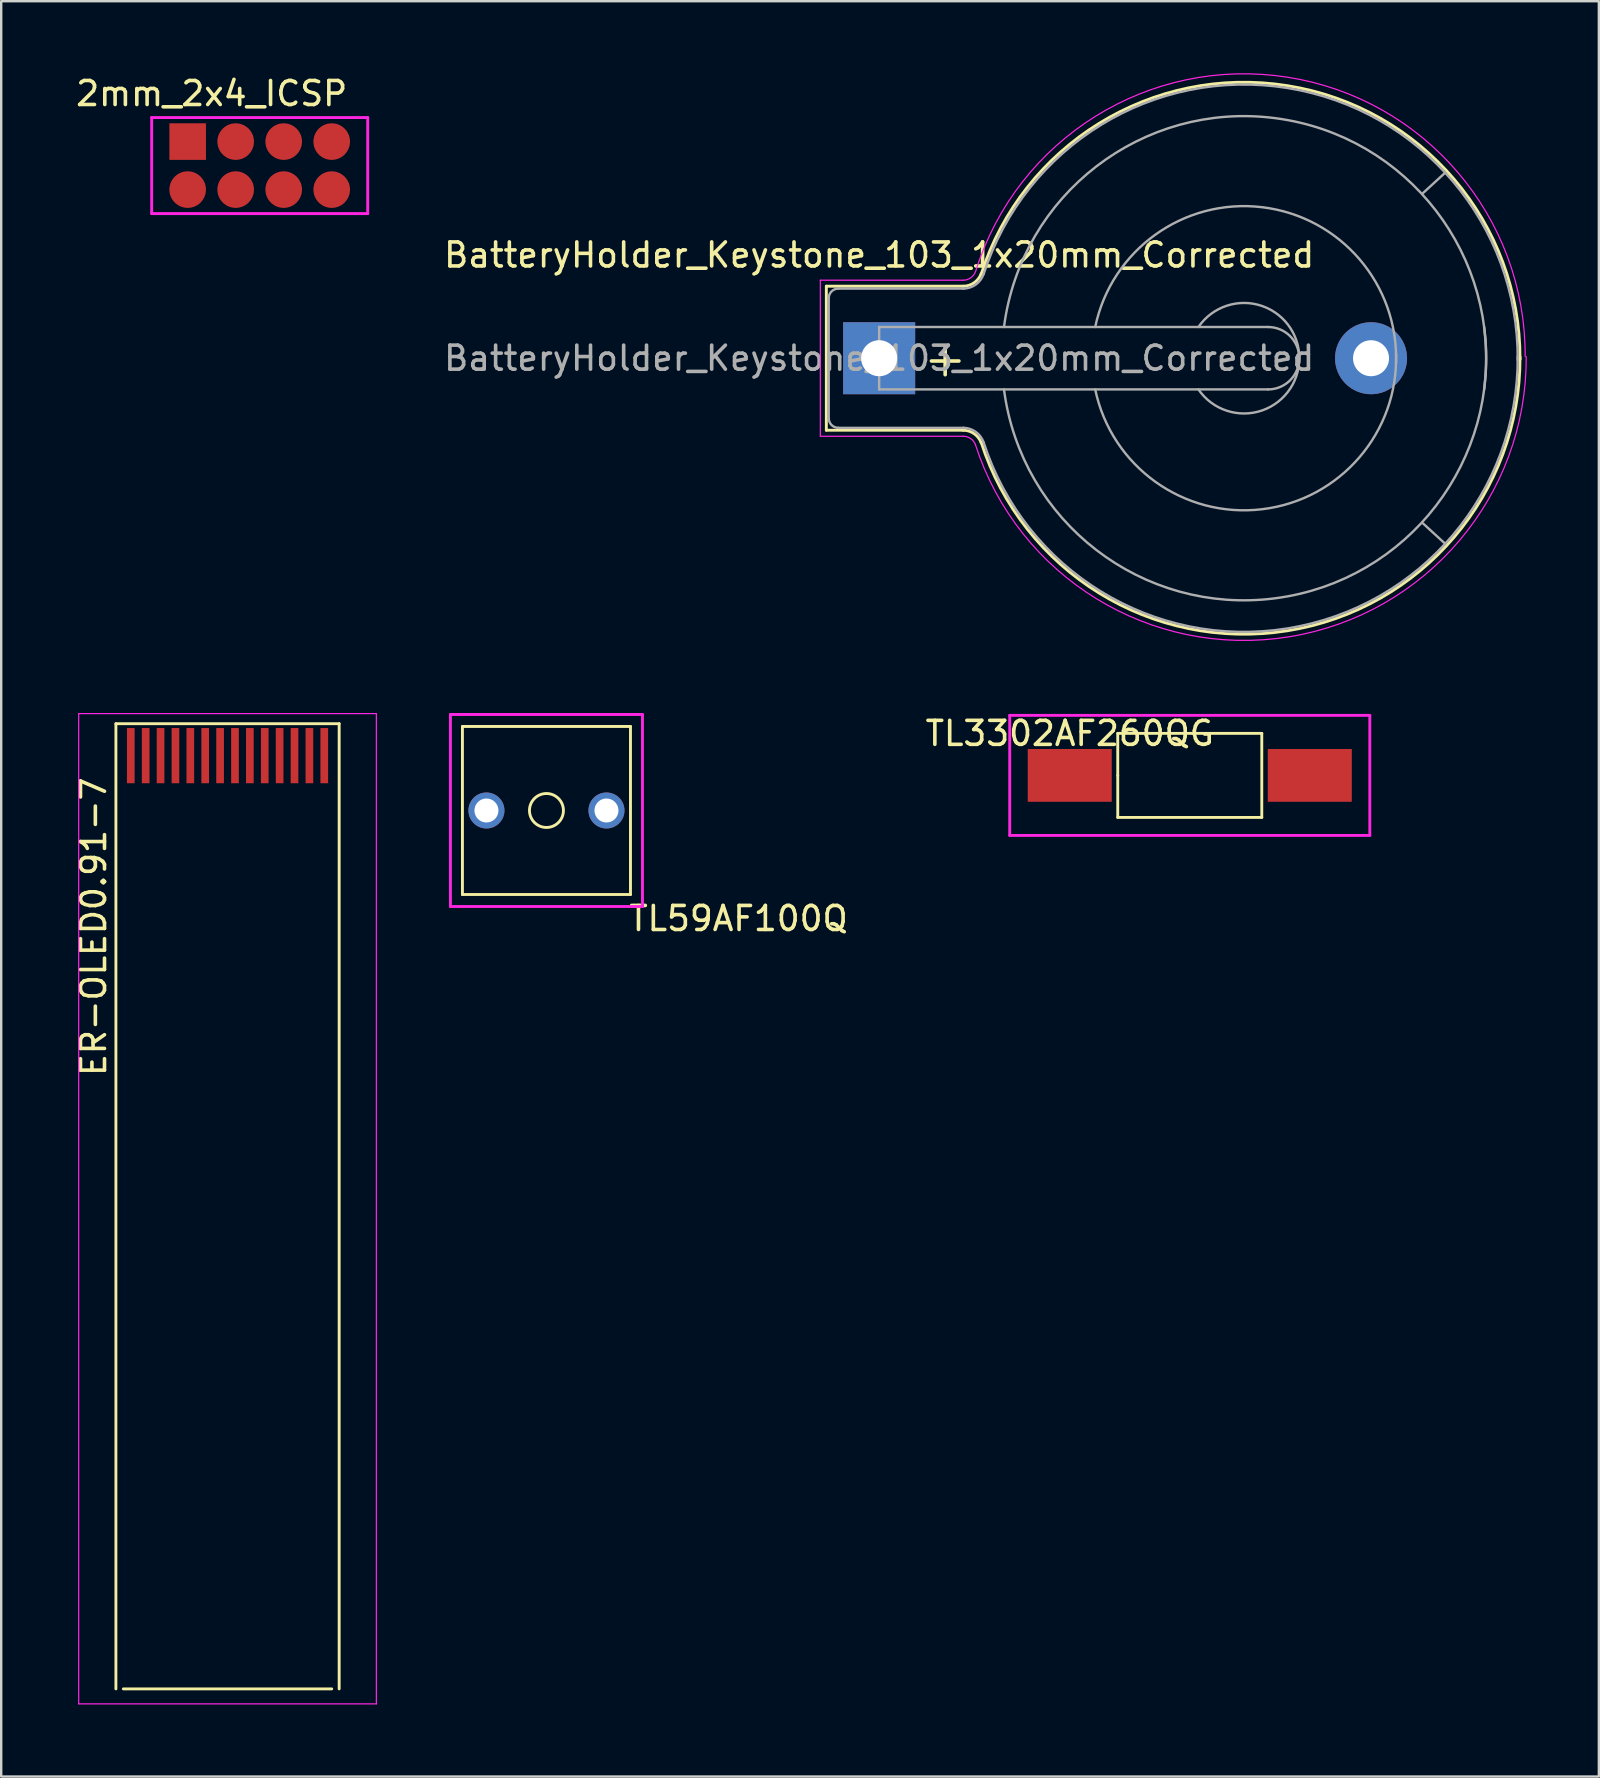
<source format=kicad_pcb>
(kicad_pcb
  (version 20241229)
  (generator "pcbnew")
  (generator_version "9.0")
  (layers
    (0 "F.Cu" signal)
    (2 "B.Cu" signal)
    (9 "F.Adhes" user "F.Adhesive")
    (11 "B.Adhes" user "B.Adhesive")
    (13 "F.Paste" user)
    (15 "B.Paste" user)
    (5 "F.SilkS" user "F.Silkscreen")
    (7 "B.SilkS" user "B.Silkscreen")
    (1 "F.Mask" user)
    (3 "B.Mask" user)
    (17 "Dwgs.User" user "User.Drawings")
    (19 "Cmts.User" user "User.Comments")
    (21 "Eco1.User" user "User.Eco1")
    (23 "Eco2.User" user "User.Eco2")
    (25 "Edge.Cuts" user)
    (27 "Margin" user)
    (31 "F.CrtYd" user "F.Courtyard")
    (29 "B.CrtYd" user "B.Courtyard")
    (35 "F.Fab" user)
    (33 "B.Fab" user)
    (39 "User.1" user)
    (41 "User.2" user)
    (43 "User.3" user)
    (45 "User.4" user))
  (footprint "TL59AF100Q"
    (layer "F.Cu")
    (at 19.713 30.712)
    (property "Reference" "TL59AF100Q" (at 8 4.5 0) (layer "F.SilkS") (effects (font (size 1 1) (thickness 0.15))))
    (attr through_hole)
    (fp_line (start -3.5 -3.5) (end 3.5 -3.5) (stroke (width 0.12) (type solid)) (layer "F.SilkS"))
    (fp_line (start -3.5 3.5) (end -3.5 -3.5) (stroke (width 0.12) (type solid)) (layer "F.SilkS"))
    (fp_line (start 3.5 -3.5) (end 3.5 3.5) (stroke (width 0.12) (type solid)) (layer "F.SilkS"))
    (fp_line (start 3.5 3.5) (end -3.5 3.5) (stroke (width 0.12) (type solid)) (layer "F.SilkS"))
    (fp_circle (center 0 0) (end -0.5 0.5) (stroke (width 0.12) (type solid)) (fill no) (layer "F.SilkS"))
    (fp_line (start -4 -4) (end -4 4) (stroke (width 0.12) (type solid)) (layer "F.CrtYd"))
    (fp_line (start -4 4) (end 4 4) (stroke (width 0.12) (type solid)) (layer "F.CrtYd"))
    (fp_line (start 4 -4) (end -4 -4) (stroke (width 0.12) (type solid)) (layer "F.CrtYd"))
    (fp_line (start 4 4) (end 4 -4) (stroke (width 0.12) (type solid)) (layer "F.CrtYd"))
    (pad "1" thru_hole circle (at -2.5 0) (size 1.5 1.5) (drill 1) (layers "*.Cu" "*.Mask"))
    (pad "2" thru_hole circle (at 2.5 0) (size 1.5 1.5) (drill 1) (layers "*.Cu" "*.Mask")))
  (footprint "BatteryHolder_Keystone_103_1x20mm_Corrected"
    (layer "F.Cu")
    (at 33.572 11.872)
    (property "Reference" "BatteryHolder_Keystone_103_1x20mm_Corrected" (at 0 -4.3 0) (layer "F.SilkS") (effects (font (size 1 1) (thickness 0.15))))
    (attr through_hole)
    (fp_line (start -2.2 -3) (end 3.5 -3) (stroke (width 0.12) (type solid)) (layer "F.SilkS"))
    (fp_line (start -2.2 3) (end -2.2 -3) (stroke (width 0.12) (type solid)) (layer "F.SilkS"))
    (fp_line (start -2.2 3) (end 3.5 3) (stroke (width 0.12) (type solid)) (layer "F.SilkS"))
    (fp_arc (start 3.5 3) (mid 3.958861 3.144678) (end 4.251754 3.526384) (stroke (width 0.12) (type solid)) (layer "F.SilkS"))
    (fp_arc (start 4.25 -3.5) (mid 16.993514 -11.35499) (end 26.695671 0.045281) (stroke (width 0.12) (type solid)) (layer "F.SilkS"))
    (fp_arc (start 4.251754 -3.526384) (mid 3.958861 -3.144678) (end 3.5 -3) (stroke (width 0.12) (type solid)) (layer "F.SilkS"))
    (fp_arc (start 26.695671 -0.045281) (mid 16.993514 11.35499) (end 4.25 3.5) (stroke (width 0.12) (type solid)) (layer "F.SilkS"))
    (fp_line (start -2.45 -3.25) (end 3.5 -3.25) (stroke (width 0.05) (type solid)) (layer "F.CrtYd"))
    (fp_line (start -2.45 3.25) (end -2.45 -3.25) (stroke (width 0.05) (type solid)) (layer "F.CrtYd"))
    (fp_line (start -2.45 3.25) (end 3.5 3.25) (stroke (width 0.05) (type solid)) (layer "F.CrtYd"))
    (fp_arc (start 3.5 3.25) (mid 3.815467 3.349466) (end 4.016831 3.611889) (stroke (width 0.05) (type solid)) (layer "F.CrtYd"))
    (fp_arc (start 4.016831 -3.611889) (mid 3.815467 -3.349466) (end 3.5 -3.25) (stroke (width 0.05) (type solid)) (layer "F.CrtYd"))
    (fp_arc (start 4.02 -3.62) (mid 16.995279 -11.708522) (end 26.909794 -0.068743) (stroke (width 0.05) (type solid)) (layer "F.CrtYd"))
    (fp_arc (start 26.954634 -0.068483) (mid 17.055841 11.60741) (end 4.01 3.6) (stroke (width 0.05) (type solid)) (layer "F.CrtYd"))
    (fp_line (start -2.1 -2.5) (end -2.1 2.5) (stroke (width 0.1) (type solid)) (layer "F.Fab"))
    (fp_line (start -1.7 2.9) (end 3.531 2.9) (stroke (width 0.1) (type solid)) (layer "F.Fab"))
    (fp_line (start 0 -1.3) (end 0 1.3) (stroke (width 0.1) (type solid)) (layer "F.Fab"))
    (fp_line (start 0 1.3) (end 16.2 1.3) (stroke (width 0.1) (type solid)) (layer "F.Fab"))
    (fp_line (start 3.531 -2.9) (end -1.7 -2.9) (stroke (width 0.1) (type solid)) (layer "F.Fab"))
    (fp_line (start 16.2 -1.3) (end 0 -1.3) (stroke (width 0.1) (type solid)) (layer "F.Fab"))
    (fp_line (start 23.571 -7.722) (end 22.631 -6.858) (stroke (width 0.1) (type solid)) (layer "F.Fab"))
    (fp_line (start 23.571 7.722) (end 22.657 6.883) (stroke (width 0.1) (type solid)) (layer "F.Fab"))
    (fp_arc (start -2.1 -2.5) (mid -1.982843 -2.782843) (end -1.7 -2.9) (stroke (width 0.1) (type solid)) (layer "F.Fab"))
    (fp_arc (start -1.7 2.9) (mid -1.982843 2.782843) (end -2.1 2.5) (stroke (width 0.1) (type solid)) (layer "F.Fab"))
    (fp_arc (start 3.5 2.9) (mid 4.016219 3.062763) (end 4.345723 3.492182) (stroke (width 0.1) (type solid)) (layer "F.Fab"))
    (fp_arc (start 4.345723 -3.492182) (mid 4.016219 -3.062763) (end 3.5 -2.9) (stroke (width 0.1) (type solid)) (layer "F.Fab"))
    (fp_arc (start 4.35 -3.5) (mid 17.008726 -11.256154) (end 26.600299 0.075351) (stroke (width 0.1) (type solid)) (layer "F.Fab"))
    (fp_arc (start 5.2 -1.3) (mid 16.5 -10) (end 25.2 1.3) (stroke (width 0.1) (type solid)) (layer "F.Fab"))
    (fp_arc (start 9 -1.3) (mid 15.954687 -6.28971) (end 21.531551 0.203631) (stroke (width 0.1) (type solid)) (layer "F.Fab"))
    (fp_arc (start 13.3 -1.3) (mid 15.963947 -2.171724) (end 17.495448 0.175833) (stroke (width 0.1) (type solid)) (layer "F.Fab"))
    (fp_arc (start 16.2 -1.3) (mid 17.5 0) (end 16.2 1.3) (stroke (width 0.1) (type solid)) (layer "F.Fab"))
    (fp_arc (start 17.495448 -0.175833) (mid 15.963947 2.171724) (end 13.3 1.3) (stroke (width 0.1) (type solid)) (layer "F.Fab"))
    (fp_arc (start 21.531551 -0.203631) (mid 15.954687 6.28971) (end 9 1.3) (stroke (width 0.1) (type solid)) (layer "F.Fab"))
    (fp_arc (start 25.2 -1.3) (mid 16.5 10) (end 5.2 1.3) (stroke (width 0.1) (type solid)) (layer "F.Fab"))
    (fp_arc (start 26.600299 -0.075351) (mid 17.008726 11.256154) (end 4.35 3.5) (stroke (width 0.1) (type solid)) (layer "F.Fab"))
    (fp_text user "+" (at 2.75 0 0) (layer "F.SilkS") (effects (font (size 1.5 1.5) (thickness 0.15))))
    (fp_text user "${REFERENCE}" (at 0 0 0) (layer "F.Fab") (effects (font (size 1 1) (thickness 0.15))))
    (pad "1" thru_hole rect (at 0 0) (size 3 3) (drill 1.5) (layers "*.Cu" "*.Mask"))
    (pad "2" thru_hole circle (at 20.49 0) (size 3 3) (drill 1.5) (layers "*.Cu" "*.Mask")))
  (footprint "ER-OLED0.91-7"
    (layer "F.Cu")
    (at 6.428 28.427)
    (property "Reference" "ER-OLED0.91-7" (at -5.58 7.125 90) (layer "F.SilkS") (effects (font (size 1 1) (thickness 0.15))))
    (attr smd)
    (fp_line (start -4.65 -1.33) (end -4.65 38.875) (stroke (width 0.12) (type solid)) (layer "F.SilkS"))
    (fp_line (start -4.65 -1.33) (end 4.65 -1.33) (stroke (width 0.12) (type solid)) (layer "F.SilkS"))
    (fp_line (start -4.34 38.875) (end 4.34 38.875) (stroke (width 0.12) (type solid)) (layer "F.SilkS"))
    (fp_line (start 4.65 -1.33) (end 4.65 38.875) (stroke (width 0.12) (type solid)) (layer "F.SilkS"))
    (fp_line (start -6.2 -1.75) (end -6.2 39.5) (stroke (width 0.05) (type solid)) (layer "F.CrtYd"))
    (fp_line (start -6.2 -1.75) (end 6.2 -1.75) (stroke (width 0.05) (type solid)) (layer "F.CrtYd"))
    (fp_line (start -6.2 39.5) (end 6.2 39.5) (stroke (width 0.05) (type solid)) (layer "F.CrtYd"))
    (fp_line (start 6.2 -1.75) (end 6.2 39.5) (stroke (width 0.05) (type solid)) (layer "F.CrtYd"))
    (pad "1" smd rect (at 4.03 0) (size 0.32 2.3) (layers "F.Cu" "F.Mask" "F.Paste"))
    (pad "2" smd rect (at 3.41 0) (size 0.32 2.3) (layers "F.Cu" "F.Mask" "F.Paste"))
    (pad "3" smd rect (at 2.79 0) (size 0.32 2.3) (layers "F.Cu" "F.Mask" "F.Paste"))
    (pad "4" smd rect (at 2.17 0) (size 0.32 2.3) (layers "F.Cu" "F.Mask" "F.Paste"))
    (pad "5" smd rect (at 1.55 0) (size 0.32 2.3) (layers "F.Cu" "F.Mask" "F.Paste"))
    (pad "6" smd rect (at 0.93 0) (size 0.32 2.3) (layers "F.Cu" "F.Mask" "F.Paste"))
    (pad "7" smd rect (at 0.31 0) (size 0.32 2.3) (layers "F.Cu" "F.Mask" "F.Paste"))
    (pad "8" smd rect (at -0.31 0) (size 0.32 2.3) (layers "F.Cu" "F.Mask" "F.Paste"))
    (pad "9" smd rect (at -0.93 0) (size 0.32 2.3) (layers "F.Cu" "F.Mask" "F.Paste"))
    (pad "10" smd rect (at -1.55 0) (size 0.32 2.3) (layers "F.Cu" "F.Mask" "F.Paste"))
    (pad "11" smd rect (at -2.17 0) (size 0.32 2.3) (layers "F.Cu" "F.Mask" "F.Paste"))
    (pad "12" smd rect (at -2.79 0) (size 0.32 2.3) (layers "F.Cu" "F.Mask" "F.Paste"))
    (pad "13" smd rect (at -3.41 0) (size 0.32 2.3) (layers "F.Cu" "F.Mask" "F.Paste"))
    (pad "14" smd rect (at -4.03 0) (size 0.32 2.3) (layers "F.Cu" "F.Mask" "F.Paste")))
  (footprint "2mm_2x4_ICSP"
    (layer "F.Cu")
    (at 7.768 3.848)
    (property "Reference" "2mm_2x4_ICSP" (at -2 -3 0) (layer "F.SilkS") (effects (font (size 1 1) (thickness 0.15))))
    (attr through_hole)
    (fp_line (start -4.5 -2) (end -4.5 2) (stroke (width 0.12) (type solid)) (layer "F.CrtYd"))
    (fp_line (start -4.5 2) (end 4.5 2) (stroke (width 0.12) (type solid)) (layer "F.CrtYd"))
    (fp_line (start 4.5 -2) (end -4.5 -2) (stroke (width 0.12) (type solid)) (layer "F.CrtYd"))
    (fp_line (start 4.5 2) (end 4.5 -2) (stroke (width 0.12) (type solid)) (layer "F.CrtYd"))
    (pad "1" smd rect (at -3 -1) (size 1.524 1.524) (layers "F.Cu" "F.Mask" "F.Paste"))
    (pad "2" smd circle (at -1 -1) (size 1.524 1.524) (layers "F.Cu" "F.Mask" "F.Paste"))
    (pad "3" smd circle (at 1 -1) (size 1.524 1.524) (layers "F.Cu" "F.Mask" "F.Paste"))
    (pad "4" smd circle (at 3 -1) (size 1.524 1.524) (layers "F.Cu" "F.Mask" "F.Paste"))
    (pad "5" smd circle (at 3 1) (size 1.524 1.524) (layers "F.Cu" "F.Mask" "F.Paste"))
    (pad "6" smd circle (at 1 1) (size 1.524 1.524) (layers "F.Cu" "F.Mask" "F.Paste"))
    (pad "7" smd circle (at -1 1) (size 1.524 1.524) (layers "F.Cu" "F.Mask" "F.Paste"))
    (pad "8" smd circle (at -3 1) (size 1.524 1.524) (layers "F.Cu" "F.Mask" "F.Paste")))
  (footprint "TL3302AF260QG"
    (layer "F.Cu")
    (at 46.511 29.25)
    (property "Reference" "TL3302AF260QG" (at -5 -1.75 0) (layer "F.SilkS") (effects (font (size 1 1) (thickness 0.15))))
    (attr through_hole)
    (fp_line (start -3 -1.75) (end 3 -1.75) (stroke (width 0.12) (type solid)) (layer "F.SilkS"))
    (fp_line (start -3 0) (end -3 -1.75) (stroke (width 0.12) (type solid)) (layer "F.SilkS"))
    (fp_line (start -3 1.75) (end -3 0) (stroke (width 0.12) (type solid)) (layer "F.SilkS"))
    (fp_line (start 3 -1.75) (end 3 1.75) (stroke (width 0.12) (type solid)) (layer "F.SilkS"))
    (fp_line (start 3 1.75) (end -3 1.75) (stroke (width 0.12) (type solid)) (layer "F.SilkS"))
    (fp_line (start -7.5 -2.5) (end 7.5 -2.5) (stroke (width 0.12) (type solid)) (layer "F.CrtYd"))
    (fp_line (start -7.5 2.5) (end -7.5 -2.5) (stroke (width 0.12) (type solid)) (layer "F.CrtYd"))
    (fp_line (start 7.5 -2.5) (end 7.5 2.5) (stroke (width 0.12) (type solid)) (layer "F.CrtYd"))
    (fp_line (start 7.5 2.5) (end -7.5 2.5) (stroke (width 0.12) (type solid)) (layer "F.CrtYd"))
    (pad "1" smd rect (at -5 0) (size 3.5 2.2) (layers "F.Cu" "F.Mask" "F.Paste"))
    (pad "2" smd rect (at 5 0) (size 3.5 2.2) (layers "F.Cu" "F.Mask" "F.Paste")))
  (gr_rect
    (start -3 -3)
    (end 63.552 70.952)
    (stroke (width 0.1) (type default))
    (fill no)
    (layer "Edge.Cuts")))
</source>
